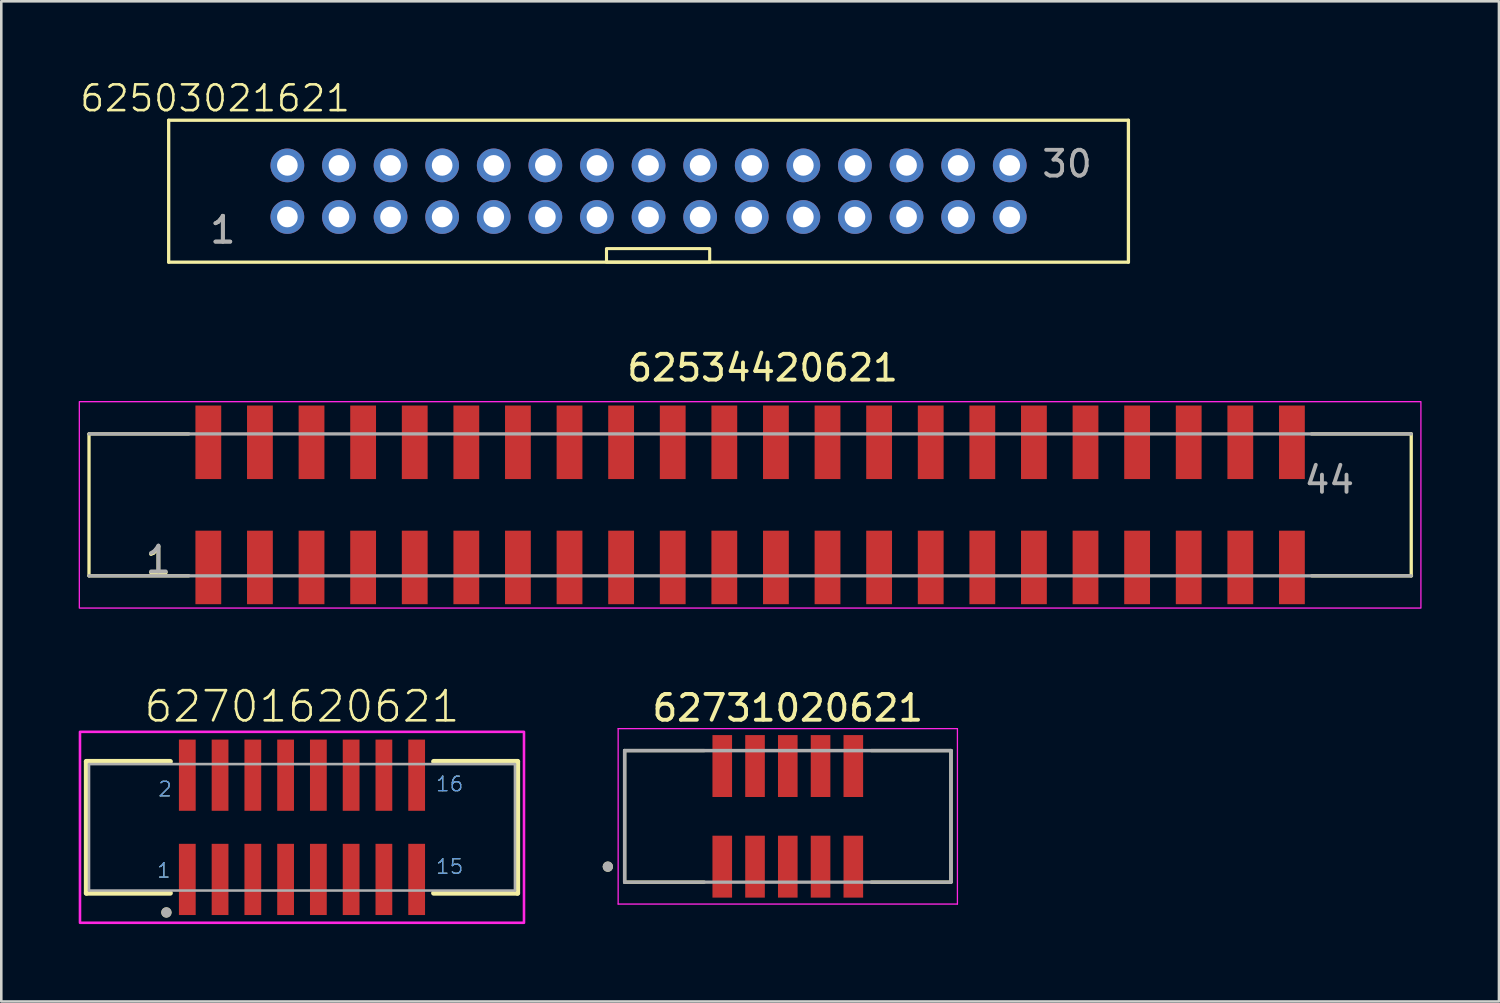
<source format=kicad_pcb>
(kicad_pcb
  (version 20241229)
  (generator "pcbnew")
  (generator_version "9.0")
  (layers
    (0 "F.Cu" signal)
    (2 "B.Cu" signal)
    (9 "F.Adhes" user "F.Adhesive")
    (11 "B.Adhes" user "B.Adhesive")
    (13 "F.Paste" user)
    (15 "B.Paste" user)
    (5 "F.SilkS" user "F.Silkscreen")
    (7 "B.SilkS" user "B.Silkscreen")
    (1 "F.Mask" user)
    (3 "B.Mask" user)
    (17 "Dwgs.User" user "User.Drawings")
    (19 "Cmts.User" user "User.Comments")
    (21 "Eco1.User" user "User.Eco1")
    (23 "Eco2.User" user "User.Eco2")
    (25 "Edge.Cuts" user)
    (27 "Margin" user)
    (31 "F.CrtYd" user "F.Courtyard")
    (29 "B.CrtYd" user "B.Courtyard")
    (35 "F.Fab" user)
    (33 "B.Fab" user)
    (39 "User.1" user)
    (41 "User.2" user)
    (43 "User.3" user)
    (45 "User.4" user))
  (footprint "62503021621"
    (layer "F.Cu")
    (at 16.718 7.111)
    (property "Reference" "62503021621" (at -11.43 -6.35 0) (unlocked yes) (layer "F.SilkS") (effects (font (size 1 1) (thickness 0.1))))
    (attr through_hole)
    (fp_line (start -13.23 -5.5) (end -13.23 0) (stroke (width 0.127) (type solid)) (layer "F.SilkS"))
    (fp_line (start -13.23 0) (end 23.97 0) (stroke (width 0.127) (type solid)) (layer "F.SilkS"))
    (fp_line (start 23.97 -5.5) (end -13.23 -5.5) (stroke (width 0.127) (type solid)) (layer "F.SilkS"))
    (fp_line (start 23.97 0) (end 23.97 -5.5) (stroke (width 0.127) (type solid)) (layer "F.SilkS"))
    (fp_rect (start 3.74 -0.525) (end 7.74 0) (stroke (width 0.12) (type solid)) (fill no) (layer "F.SilkS"))
    (fp_text user "30" (at 21.59 -3.81 0) (layer "F.Fab") (effects (font (size 1 1) (thickness 0.15))))
    (fp_text user "1" (at -11.13 -1.25 0) (layer "F.Fab") (effects (font (size 1 1) (thickness 0.15))))
    (fp_text user "1" (at -11.13 -1.25 0) (layer "F.Fab") (effects (font (size 1 1) (thickness 0.15))))
    (pad "1" thru_hole circle (at -8.63 -1.75) (size 1.308 1.308) (drill 0.8) (layers "*.Cu" "*.Mask"))
    (pad "2" thru_hole circle (at -8.63 -3.75) (size 1.308 1.308) (drill 0.8) (layers "*.Cu" "*.Mask"))
    (pad "3" thru_hole circle (at -6.63 -1.75) (size 1.308 1.308) (drill 0.8) (layers "*.Cu" "*.Mask"))
    (pad "4" thru_hole circle (at -6.63 -3.75) (size 1.308 1.308) (drill 0.8) (layers "*.Cu" "*.Mask"))
    (pad "5" thru_hole circle (at -4.63 -1.75) (size 1.308 1.308) (drill 0.8) (layers "*.Cu" "*.Mask"))
    (pad "6" thru_hole circle (at -4.63 -3.75) (size 1.308 1.308) (drill 0.8) (layers "*.Cu" "*.Mask"))
    (pad "7" thru_hole circle (at -2.63 -1.75) (size 1.308 1.308) (drill 0.8) (layers "*.Cu" "*.Mask"))
    (pad "8" thru_hole circle (at -2.63 -3.75) (size 1.308 1.308) (drill 0.8) (layers "*.Cu" "*.Mask"))
    (pad "9" thru_hole circle (at -0.63 -1.75) (size 1.308 1.308) (drill 0.8) (layers "*.Cu" "*.Mask"))
    (pad "10" thru_hole circle (at -0.63 -3.75) (size 1.308 1.308) (drill 0.8) (layers "*.Cu" "*.Mask"))
    (pad "11" thru_hole circle (at 1.37 -1.75) (size 1.308 1.308) (drill 0.8) (layers "*.Cu" "*.Mask"))
    (pad "12" thru_hole circle (at 1.37 -3.75) (size 1.308 1.308) (drill 0.8) (layers "*.Cu" "*.Mask"))
    (pad "13" thru_hole circle (at 3.37 -1.75) (size 1.308 1.308) (drill 0.8) (layers "*.Cu" "*.Mask"))
    (pad "14" thru_hole circle (at 3.37 -3.75) (size 1.308 1.308) (drill 0.8) (layers "*.Cu" "*.Mask"))
    (pad "15" thru_hole circle (at 5.37 -1.75) (size 1.308 1.308) (drill 0.8) (layers "*.Cu" "*.Mask"))
    (pad "16" thru_hole circle (at 5.37 -3.75) (size 1.308 1.308) (drill 0.8) (layers "*.Cu" "*.Mask"))
    (pad "17" thru_hole circle (at 7.37 -1.75) (size 1.308 1.308) (drill 0.8) (layers "*.Cu" "*.Mask"))
    (pad "18" thru_hole circle (at 7.37 -3.75) (size 1.308 1.308) (drill 0.8) (layers "*.Cu" "*.Mask"))
    (pad "19" thru_hole circle (at 9.37 -1.75) (size 1.308 1.308) (drill 0.8) (layers "*.Cu" "*.Mask"))
    (pad "20" thru_hole circle (at 9.37 -3.75) (size 1.308 1.308) (drill 0.8) (layers "*.Cu" "*.Mask"))
    (pad "21" thru_hole circle (at 11.37 -1.75) (size 1.308 1.308) (drill 0.8) (layers "*.Cu" "*.Mask"))
    (pad "22" thru_hole circle (at 11.37 -3.75) (size 1.308 1.308) (drill 0.8) (layers "*.Cu" "*.Mask"))
    (pad "23" thru_hole circle (at 13.37 -1.75) (size 1.308 1.308) (drill 0.8) (layers "*.Cu" "*.Mask"))
    (pad "24" thru_hole circle (at 13.37 -3.75) (size 1.308 1.308) (drill 0.8) (layers "*.Cu" "*.Mask"))
    (pad "25" thru_hole circle (at 15.37 -1.75) (size 1.308 1.308) (drill 0.8) (layers "*.Cu" "*.Mask"))
    (pad "26" thru_hole circle (at 15.37 -3.75) (size 1.308 1.308) (drill 0.8) (layers "*.Cu" "*.Mask"))
    (pad "27" thru_hole circle (at 17.37 -1.75) (size 1.308 1.308) (drill 0.8) (layers "*.Cu" "*.Mask"))
    (pad "28" thru_hole circle (at 17.37 -3.75) (size 1.308 1.308) (drill 0.8) (layers "*.Cu" "*.Mask"))
    (pad "29" thru_hole circle (at 19.37 -1.75) (size 1.308 1.308) (drill 0.8) (layers "*.Cu" "*.Mask"))
    (pad "30" thru_hole circle (at 19.37 -3.75) (size 1.308 1.308) (drill 0.8) (layers "*.Cu" "*.Mask")))
  (footprint "62701620621"
    (layer "F.Cu")
    (at 8.655 29.017)
    (property "Reference" "62701620621" (at 0 -4 0) (layer "F.SilkS") (effects (font (size 1.168 1.168) (thickness 0.102)) (justify bottom)))
    (fp_line (start -8.355 -2.55) (end -8.355 2.55) (stroke (width 0.2) (type solid)) (layer "F.SilkS"))
    (fp_line (start -8.355 2.55) (end -5.105 2.55) (stroke (width 0.2) (type solid)) (layer "F.SilkS"))
    (fp_line (start -5.105 -2.55) (end -8.355 -2.55) (stroke (width 0.2) (type solid)) (layer "F.SilkS"))
    (fp_line (start 5.105 -2.55) (end 8.355 -2.55) (stroke (width 0.2) (type solid)) (layer "F.SilkS"))
    (fp_line (start 8.355 -2.55) (end 8.355 2.55) (stroke (width 0.2) (type solid)) (layer "F.SilkS"))
    (fp_line (start 8.355 2.55) (end 5.105 2.55) (stroke (width 0.2) (type solid)) (layer "F.SilkS"))
    (fp_circle (center -5.255 3.3) (end -5.155 3.3) (stroke (width 0.2) (type solid)) (fill no) (layer "F.SilkS"))
    (fp_poly (pts (xy 8.605 3.7) (xy -8.605 3.7) (xy -8.605 -3.7) (xy 8.605 -3.7)) (stroke (width 0.1) (type solid)) (fill no) (layer "F.CrtYd"))
    (fp_line (start -8.255 -2.45) (end 8.255 -2.45) (stroke (width 0.1) (type solid)) (layer "F.Fab"))
    (fp_line (start -8.255 2.45) (end -8.255 -2.45) (stroke (width 0.1) (type solid)) (layer "F.Fab"))
    (fp_line (start 8.255 -2.45) (end 8.255 2.45) (stroke (width 0.1) (type solid)) (layer "F.Fab"))
    (fp_line (start 8.255 2.45) (end -8.255 2.45) (stroke (width 0.1) (type solid)) (layer "F.Fab"))
    (fp_circle (center -5.255 3.3) (end -5.155 3.3) (stroke (width 0.2) (type solid)) (fill no) (layer "F.Fab"))
    (fp_text user "1" (at -5.655 2 0) (layer "F.SilkS") (effects (font (size 0.561 0.561) (thickness 0.049)) (justify left bottom)))
    (fp_text user "16" (at 5.155 -1.35 0) (layer "F.SilkS") (effects (font (size 0.561 0.561) (thickness 0.049)) (justify left bottom)))
    (fp_text user "2" (at -5.605 -1.15 0) (layer "F.SilkS") (effects (font (size 0.561 0.561) (thickness 0.049)) (justify left bottom)))
    (fp_text user "15" (at 5.155 1.85 0) (layer "F.SilkS") (effects (font (size 0.561 0.561) (thickness 0.049)) (justify left bottom)))
    (fp_text user "15" (at 5.155 1.85 0) (layer "Cmts.User") (effects (font (size 0.561 0.561) (thickness 0.049)) (justify left bottom)))
    (fp_text user "16" (at 5.155 -1.35 0) (layer "Cmts.User") (effects (font (size 0.561 0.561) (thickness 0.049)) (justify left bottom)))
    (fp_text user "2" (at -5.605 -1.15 0) (layer "Cmts.User") (effects (font (size 0.561 0.561) (thickness 0.049)) (justify left bottom)))
    (fp_text user "1" (at -5.655 2 0) (layer "Cmts.User") (effects (font (size 0.561 0.561) (thickness 0.049)) (justify left bottom)))
    (pad "1" smd rect (at -4.445 2.02) (size 0.65 2.76) (layers "F.Cu" "F.Mask" "F.Paste"))
    (pad "2" smd rect (at -4.445 -2.02) (size 0.65 2.76) (layers "F.Cu" "F.Mask" "F.Paste"))
    (pad "3" smd rect (at -3.175 2.02) (size 0.65 2.76) (layers "F.Cu" "F.Mask" "F.Paste"))
    (pad "4" smd rect (at -3.175 -2.02) (size 0.65 2.76) (layers "F.Cu" "F.Mask" "F.Paste"))
    (pad "5" smd rect (at -1.905 2.02) (size 0.65 2.76) (layers "F.Cu" "F.Mask" "F.Paste"))
    (pad "6" smd rect (at -1.905 -2.02) (size 0.65 2.76) (layers "F.Cu" "F.Mask" "F.Paste"))
    (pad "7" smd rect (at -0.635 2.02) (size 0.65 2.76) (layers "F.Cu" "F.Mask" "F.Paste"))
    (pad "8" smd rect (at -0.635 -2.02) (size 0.65 2.76) (layers "F.Cu" "F.Mask" "F.Paste"))
    (pad "9" smd rect (at 0.635 2.02) (size 0.65 2.76) (layers "F.Cu" "F.Mask" "F.Paste"))
    (pad "10" smd rect (at 0.635 -2.02) (size 0.65 2.76) (layers "F.Cu" "F.Mask" "F.Paste"))
    (pad "11" smd rect (at 1.905 2.02) (size 0.65 2.76) (layers "F.Cu" "F.Mask" "F.Paste"))
    (pad "12" smd rect (at 1.905 -2.02) (size 0.65 2.76) (layers "F.Cu" "F.Mask" "F.Paste"))
    (pad "13" smd rect (at 3.175 2.02) (size 0.65 2.76) (layers "F.Cu" "F.Mask" "F.Paste"))
    (pad "14" smd rect (at 3.175 -2.02) (size 0.65 2.76) (layers "F.Cu" "F.Mask" "F.Paste"))
    (pad "15" smd rect (at 4.445 2.02) (size 0.65 2.76) (layers "F.Cu" "F.Mask" "F.Paste"))
    (pad "16" smd rect (at 4.445 -2.02) (size 0.65 2.76) (layers "F.Cu" "F.Mask" "F.Paste")))
  (footprint "62731020621"
    (layer "F.Cu")
    (at 27.485 28.592)
    (property "Reference" "62731020621" (at 0 -4.2 0) (layer "F.SilkS") (effects (font (size 1 1) (thickness 0.15))))
    (attr smd)
    (fp_line (start -6.325 -2.55) (end -3.24 -2.55) (stroke (width 0.127) (type solid)) (layer "F.SilkS"))
    (fp_line (start -6.325 2.55) (end -6.325 -2.55) (stroke (width 0.127) (type solid)) (layer "F.SilkS"))
    (fp_line (start -3.24 2.55) (end -6.325 2.55) (stroke (width 0.127) (type solid)) (layer "F.SilkS"))
    (fp_line (start 3.24 -2.55) (end 6.325 -2.55) (stroke (width 0.127) (type solid)) (layer "F.SilkS"))
    (fp_line (start 3.24 2.55) (end 6.325 2.55) (stroke (width 0.127) (type solid)) (layer "F.SilkS"))
    (fp_line (start 6.325 -2.55) (end 6.325 2.55) (stroke (width 0.127) (type solid)) (layer "F.SilkS"))
    (fp_circle (center -6.975 1.95) (end -6.875 1.95) (stroke (width 0.2) (type solid)) (fill no) (layer "F.SilkS"))
    (fp_line (start -6.575 -3.4) (end 6.575 -3.4) (stroke (width 0.05) (type solid)) (layer "F.CrtYd"))
    (fp_line (start -6.575 3.4) (end -6.575 -3.4) (stroke (width 0.05) (type solid)) (layer "F.CrtYd"))
    (fp_line (start 6.575 -3.4) (end 6.575 3.4) (stroke (width 0.05) (type solid)) (layer "F.CrtYd"))
    (fp_line (start 6.575 3.4) (end -6.575 3.4) (stroke (width 0.05) (type solid)) (layer "F.CrtYd"))
    (fp_line (start -6.325 -2.55) (end 6.325 -2.55) (stroke (width 0.127) (type solid)) (layer "F.Fab"))
    (fp_line (start -6.325 -2.55) (end 6.325 -2.55) (stroke (width 0.127) (type solid)) (layer "F.Fab"))
    (fp_line (start -6.325 2.55) (end -6.325 -2.55) (stroke (width 0.127) (type solid)) (layer "F.Fab"))
    (fp_line (start -6.325 2.55) (end -6.325 -2.55) (stroke (width 0.127) (type solid)) (layer "F.Fab"))
    (fp_line (start 6.325 -2.55) (end 6.325 2.55) (stroke (width 0.127) (type solid)) (layer "F.Fab"))
    (fp_line (start 6.325 -2.55) (end 6.325 2.55) (stroke (width 0.127) (type solid)) (layer "F.Fab"))
    (fp_line (start 6.325 2.55) (end -6.325 2.55) (stroke (width 0.127) (type solid)) (layer "F.Fab"))
    (fp_circle (center -6.975 1.95) (end -6.875 1.95) (stroke (width 0.2) (type solid)) (fill no) (layer "F.Fab"))
    (pad "01" smd rect (at -2.54 1.95) (size 0.76 2.4) (layers "F.Cu" "F.Mask" "F.Paste"))
    (pad "02" smd rect (at -2.54 -1.95) (size 0.76 2.4) (layers "F.Cu" "F.Mask" "F.Paste"))
    (pad "03" smd rect (at -1.27 1.95) (size 0.76 2.4) (layers "F.Cu" "F.Mask" "F.Paste"))
    (pad "04" smd rect (at -1.27 -1.95) (size 0.76 2.4) (layers "F.Cu" "F.Mask" "F.Paste"))
    (pad "05" smd rect (at 0 1.95) (size 0.76 2.4) (layers "F.Cu" "F.Mask" "F.Paste"))
    (pad "06" smd rect (at 0 -1.95) (size 0.76 2.4) (layers "F.Cu" "F.Mask" "F.Paste"))
    (pad "07" smd rect (at 1.27 1.95) (size 0.76 2.4) (layers "F.Cu" "F.Mask" "F.Paste"))
    (pad "08" smd rect (at 1.27 -1.95) (size 0.76 2.4) (layers "F.Cu" "F.Mask" "F.Paste"))
    (pad "09" smd rect (at 2.54 1.95) (size 0.76 2.4) (layers "F.Cu" "F.Mask" "F.Paste"))
    (pad "10" smd rect (at 2.54 -1.95) (size 0.76 2.4) (layers "F.Cu" "F.Mask" "F.Paste")))
  (footprint "62534420621"
    (layer "F.Cu")
    (at 26.025 16.519)
    (property "Reference" "62534420621" (at 0.485 -5.31 0) (layer "F.SilkS") (effects (font (size 1 1) (thickness 0.15))))
    (attr through_hole)
    (fp_line (start -25.625 -2.75) (end -25.625 2.75) (stroke (width 0.127) (type solid)) (layer "F.SilkS"))
    (fp_line (start -21.76 -2.75) (end -25.625 -2.75) (stroke (width 0.127) (type solid)) (layer "F.SilkS"))
    (fp_line (start -21.76 2.75) (end -25.625 2.75) (stroke (width 0.127) (type solid)) (layer "F.SilkS"))
    (fp_line (start 21.76 -2.75) (end 25.625 -2.75) (stroke (width 0.127) (type solid)) (layer "F.SilkS"))
    (fp_line (start 21.77 2.75) (end 25.635 2.75) (stroke (width 0.127) (type solid)) (layer "F.SilkS"))
    (fp_line (start 25.625 2.75) (end 25.625 -2.75) (stroke (width 0.127) (type solid)) (layer "F.SilkS"))
    (fp_rect (start -26 -4) (end 26 4) (stroke (width 0.05) (type solid)) (fill no) (layer "F.CrtYd"))
    (fp_line (start -25.625 2.75) (end 25.625 2.75) (stroke (width 0.127) (type solid)) (layer "F.Fab"))
    (fp_line (start 25.625 -2.75) (end -25.625 -2.75) (stroke (width 0.127) (type solid)) (layer "F.Fab"))
    (fp_text user "1" (at -22.935 2.165 0) (layer "F.SilkS") (effects (font (size 1 1) (thickness 0.15))))
    (fp_text user "44" (at 22.45 -0.96 0) (layer "F.Fab") (effects (font (size 1 1) (thickness 0.15))))
    (fp_text user "1" (at -22.935 2.125 0) (layer "F.Fab") (effects (font (size 1 1) (thickness 0.15))))
    (pad "1" smd rect (at -21 2.425 180) (size 1 2.85) (layers "F.Cu" "F.Mask" "F.Paste"))
    (pad "2" smd rect (at -21 -2.425 180) (size 1 2.85) (layers "F.Cu" "F.Mask" "F.Paste"))
    (pad "3" smd rect (at -19 2.425 180) (size 1 2.85) (layers "F.Cu" "F.Mask" "F.Paste"))
    (pad "4" smd rect (at -19 -2.425 180) (size 1 2.85) (layers "F.Cu" "F.Mask" "F.Paste"))
    (pad "5" smd rect (at -17 2.425 180) (size 1 2.85) (layers "F.Cu" "F.Mask" "F.Paste"))
    (pad "6" smd rect (at -17 -2.425 180) (size 1 2.85) (layers "F.Cu" "F.Mask" "F.Paste"))
    (pad "7" smd rect (at -15 2.425 180) (size 1 2.85) (layers "F.Cu" "F.Mask" "F.Paste"))
    (pad "8" smd rect (at -15 -2.425 180) (size 1 2.85) (layers "F.Cu" "F.Mask" "F.Paste"))
    (pad "9" smd rect (at -13 2.425 180) (size 1 2.85) (layers "F.Cu" "F.Mask" "F.Paste"))
    (pad "10" smd rect (at -13 -2.425 180) (size 1 2.85) (layers "F.Cu" "F.Mask" "F.Paste"))
    (pad "11" smd rect (at -11 2.425 180) (size 1 2.85) (layers "F.Cu" "F.Mask" "F.Paste"))
    (pad "12" smd rect (at -11 -2.425 180) (size 1 2.85) (layers "F.Cu" "F.Mask" "F.Paste"))
    (pad "13" smd rect (at -9 2.425 180) (size 1 2.85) (layers "F.Cu" "F.Mask" "F.Paste"))
    (pad "14" smd rect (at -9 -2.425 180) (size 1 2.85) (layers "F.Cu" "F.Mask" "F.Paste"))
    (pad "15" smd rect (at -7 2.425 180) (size 1 2.85) (layers "F.Cu" "F.Mask" "F.Paste"))
    (pad "16" smd rect (at -7 -2.425 180) (size 1 2.85) (layers "F.Cu" "F.Mask" "F.Paste"))
    (pad "17" smd rect (at -5 2.425 180) (size 1 2.85) (layers "F.Cu" "F.Mask" "F.Paste"))
    (pad "18" smd rect (at -5 -2.425 180) (size 1 2.85) (layers "F.Cu" "F.Mask" "F.Paste"))
    (pad "19" smd rect (at -3 2.425 180) (size 1 2.85) (layers "F.Cu" "F.Mask" "F.Paste"))
    (pad "20" smd rect (at -3 -2.425 180) (size 1 2.85) (layers "F.Cu" "F.Mask" "F.Paste"))
    (pad "21" smd rect (at -1 2.425 180) (size 1 2.85) (layers "F.Cu" "F.Mask" "F.Paste"))
    (pad "22" smd rect (at -1 -2.425 180) (size 1 2.85) (layers "F.Cu" "F.Mask" "F.Paste"))
    (pad "23" smd rect (at 1 2.425 180) (size 1 2.85) (layers "F.Cu" "F.Mask" "F.Paste"))
    (pad "24" smd rect (at 1 -2.425 180) (size 1 2.85) (layers "F.Cu" "F.Mask" "F.Paste"))
    (pad "25" smd rect (at 3 2.425 180) (size 1 2.85) (layers "F.Cu" "F.Mask" "F.Paste"))
    (pad "26" smd rect (at 3 -2.425 180) (size 1 2.85) (layers "F.Cu" "F.Mask" "F.Paste"))
    (pad "27" smd rect (at 5 2.425 180) (size 1 2.85) (layers "F.Cu" "F.Mask" "F.Paste"))
    (pad "28" smd rect (at 5 -2.425 180) (size 1 2.85) (layers "F.Cu" "F.Mask" "F.Paste"))
    (pad "29" smd rect (at 7 2.425 180) (size 1 2.85) (layers "F.Cu" "F.Mask" "F.Paste"))
    (pad "30" smd rect (at 7 -2.425 180) (size 1 2.85) (layers "F.Cu" "F.Mask" "F.Paste"))
    (pad "31" smd rect (at 9 2.425 180) (size 1 2.85) (layers "F.Cu" "F.Mask" "F.Paste"))
    (pad "32" smd rect (at 9 -2.425 180) (size 1 2.85) (layers "F.Cu" "F.Mask" "F.Paste"))
    (pad "33" smd rect (at 11 2.425 180) (size 1 2.85) (layers "F.Cu" "F.Mask" "F.Paste"))
    (pad "34" smd rect (at 11 -2.425 180) (size 1 2.85) (layers "F.Cu" "F.Mask" "F.Paste"))
    (pad "35" smd rect (at 13 2.425 180) (size 1 2.85) (layers "F.Cu" "F.Mask" "F.Paste"))
    (pad "36" smd rect (at 13 -2.425 180) (size 1 2.85) (layers "F.Cu" "F.Mask" "F.Paste"))
    (pad "37" smd rect (at 15 2.425 180) (size 1 2.85) (layers "F.Cu" "F.Mask" "F.Paste"))
    (pad "38" smd rect (at 15 -2.425 180) (size 1 2.85) (layers "F.Cu" "F.Mask" "F.Paste"))
    (pad "39" smd rect (at 17 2.425 180) (size 1 2.85) (layers "F.Cu" "F.Mask" "F.Paste"))
    (pad "40" smd rect (at 17 -2.425 180) (size 1 2.85) (layers "F.Cu" "F.Mask" "F.Paste"))
    (pad "41" smd rect (at 19 2.425 180) (size 1 2.85) (layers "F.Cu" "F.Mask" "F.Paste"))
    (pad "42" smd rect (at 19 -2.425 180) (size 1 2.85) (layers "F.Cu" "F.Mask" "F.Paste"))
    (pad "43" smd rect (at 21 2.425 180) (size 1 2.85) (layers "F.Cu" "F.Mask" "F.Paste"))
    (pad "44" smd rect (at 21 -2.425 180) (size 1 2.85) (layers "F.Cu" "F.Mask" "F.Paste")))
  (gr_rect
    (start -3 -3)
    (end 55.05 35.767)
    (stroke (width 0.1) (type default))
    (fill no)
    (layer "Edge.Cuts")))
</source>
